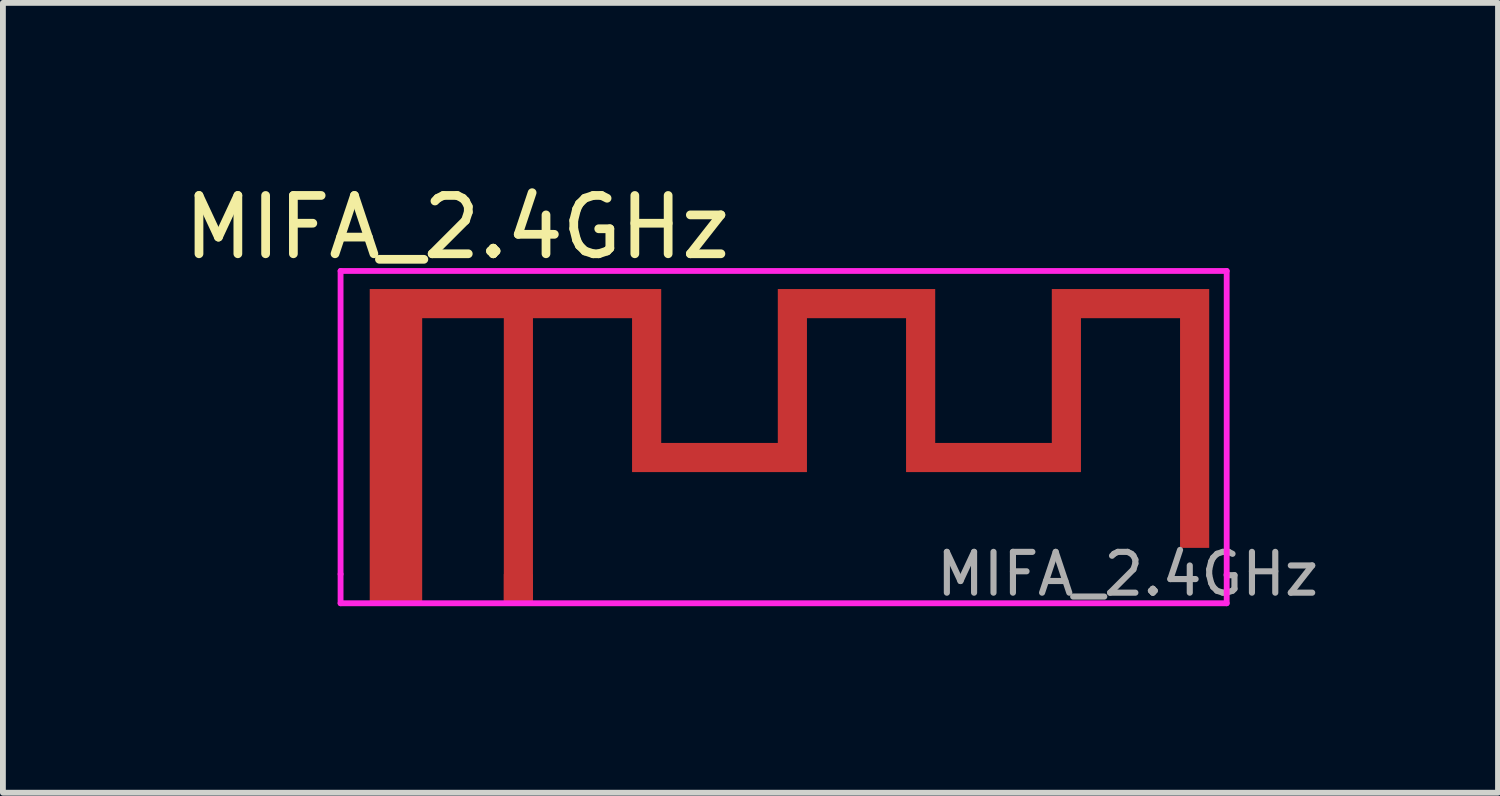
<source format=kicad_pcb>
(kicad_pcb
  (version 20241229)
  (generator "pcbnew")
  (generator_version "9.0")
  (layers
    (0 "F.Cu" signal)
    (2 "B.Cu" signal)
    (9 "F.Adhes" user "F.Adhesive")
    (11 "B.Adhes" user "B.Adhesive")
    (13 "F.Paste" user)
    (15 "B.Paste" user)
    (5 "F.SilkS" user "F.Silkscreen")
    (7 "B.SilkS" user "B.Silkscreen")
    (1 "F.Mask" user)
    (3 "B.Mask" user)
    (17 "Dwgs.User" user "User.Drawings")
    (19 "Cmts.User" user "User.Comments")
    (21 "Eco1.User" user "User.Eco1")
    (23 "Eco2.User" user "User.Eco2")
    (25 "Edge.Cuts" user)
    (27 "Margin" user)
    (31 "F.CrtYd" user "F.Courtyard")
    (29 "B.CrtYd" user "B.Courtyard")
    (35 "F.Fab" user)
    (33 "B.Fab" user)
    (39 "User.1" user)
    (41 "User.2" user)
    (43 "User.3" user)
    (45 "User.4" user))
  (footprint "MIFA_2.4GHz"
    (layer "F.Cu")
    (at 3.292 7.298)
    (property "Reference" "MIFA_2.4GHz" (at 1.5 -6.45 0) (layer "F.SilkS") (effects (font (size 1 1) (thickness 0.15))))
    (attr smd exclude_from_pos_files)
    (fp_line (start -0.5 -5.7) (end -0.5 -0.5) (stroke (width 0.1) (type solid)) (layer "F.CrtYd"))
    (fp_line (start -0.5 0) (end -0.5 -0.5) (stroke (width 0.1) (type solid)) (layer "F.CrtYd"))
    (fp_line (start -0.5 0) (end 14.7 0) (stroke (width 0.1) (type solid)) (layer "F.CrtYd"))
    (fp_line (start 14.7 -5.7) (end -0.5 -5.7) (stroke (width 0.1) (type solid)) (layer "F.CrtYd"))
    (fp_line (start 14.7 -0.5) (end 14.7 -5.7) (stroke (width 0.1) (type solid)) (layer "F.CrtYd"))
    (fp_line (start 14.7 0) (end 14.7 -0.5) (stroke (width 0.1) (type solid)) (layer "F.CrtYd"))
    (fp_text user "${REFERENCE}" (at 13 -0.5 0) (layer "F.Fab") (effects (font (size 0.7 0.7) (thickness 0.105))))
    (pad "1" smd rect (at 2.55 -0.25) (size 0.5 0.5) (layers "F.Cu"))
    (pad "2" smd custom (at 0.45 -0.25) (size 0.9 0.5) (layers "F.Cu") (options (anchor rect)) (primitives (gr_poly (pts (xy 1.85 -4.64) (xy 0.45 -4.64) (xy 0.45 0.25) (xy -0.45 0.25) (xy -0.45 -5.14) (xy 4.55 -5.14) (xy 4.55 -2.5) (xy 6.55 -2.5) (xy 6.55 -5.14) (xy 9.25 -5.14) (xy 9.25 -2.5) (xy 11.25 -2.5) (xy 11.25 -5.14) (xy 13.95 -5.14) (xy 13.95 -0.7) (xy 13.45 -0.7) (xy 13.45 -4.64) (xy 11.75 -4.64) (xy 11.75 -2) (xy 8.75 -2) (xy 8.75 -4.64) (xy 7.05 -4.64) (xy 7.05 -2) (xy 4.05 -2) (xy 4.05 -4.64) (xy 2.35 -4.64) (xy 2.35 0.25) (xy 1.85 0.25)) (width 0) (fill yes)))))
  (gr_rect
    (start -3 -3)
    (end 22.646 10.548)
    (stroke (width 0.1) (type default))
    (fill no)
    (layer "Edge.Cuts")))
</source>
